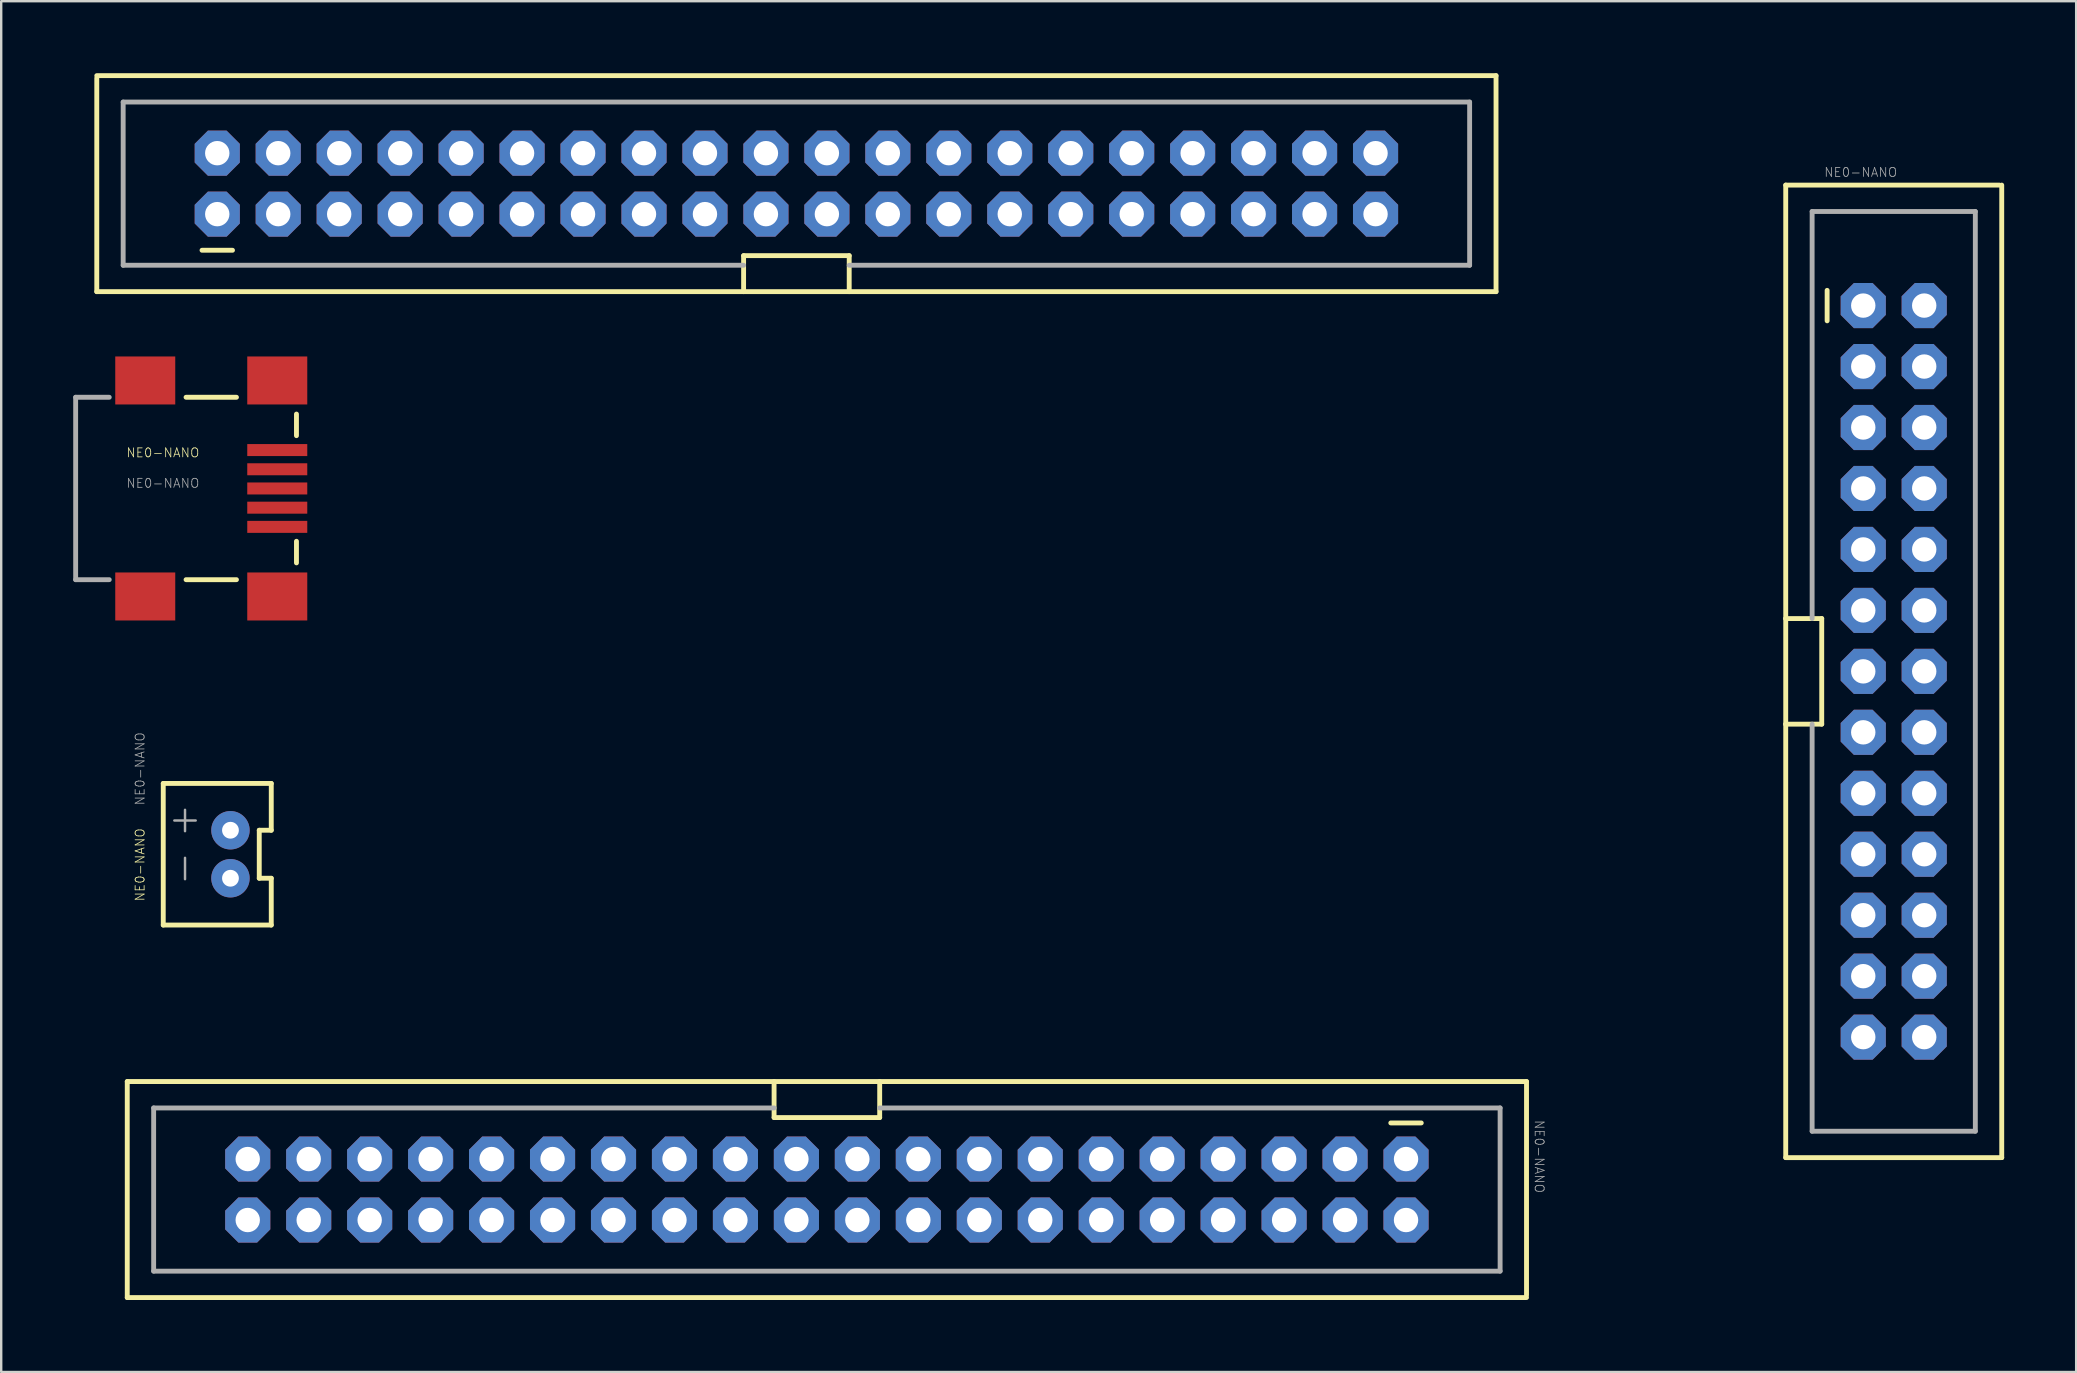
<source format=kicad_pcb>
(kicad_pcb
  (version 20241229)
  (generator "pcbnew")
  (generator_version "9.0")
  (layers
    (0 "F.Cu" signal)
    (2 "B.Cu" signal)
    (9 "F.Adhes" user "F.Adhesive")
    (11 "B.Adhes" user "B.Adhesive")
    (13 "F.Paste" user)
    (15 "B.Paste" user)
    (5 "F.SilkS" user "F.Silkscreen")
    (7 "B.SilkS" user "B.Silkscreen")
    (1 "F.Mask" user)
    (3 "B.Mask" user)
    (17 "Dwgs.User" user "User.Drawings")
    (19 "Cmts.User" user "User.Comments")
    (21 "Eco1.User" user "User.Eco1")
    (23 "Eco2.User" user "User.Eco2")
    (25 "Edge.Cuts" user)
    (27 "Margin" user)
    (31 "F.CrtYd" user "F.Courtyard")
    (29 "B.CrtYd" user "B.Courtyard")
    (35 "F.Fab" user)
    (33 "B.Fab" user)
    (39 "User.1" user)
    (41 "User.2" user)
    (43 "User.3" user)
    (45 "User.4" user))
  (footprint "NE0-NANO"
    (layer "F.Cu")
    (at 23.782 22.382)
    (property "Reference" "NE0-NANO" (at -20.78 12.144 90) (unlocked yes) (layer "F.SilkS") (effects (font (size 0.374 0.374) (thickness 0.033)) (justify left bottom)))
    (property "Value" "NE0-NANO" (at -23.114 -14.859 90) (unlocked yes) (layer "F.Fab") (hide yes) (effects (font (size 0.374 0.374) (thickness 0.033)) (justify left bottom)))
    (fp_line (start -22.8 -22.28) (end 35.5 -22.28) (stroke (width 0.203) (type solid)) (layer "F.SilkS"))
    (fp_line (start -22.8 -13.28) (end -22.8 -22.18) (stroke (width 0.203) (type solid)) (layer "F.SilkS"))
    (fp_line (start -21.53 19.63) (end 36.77 19.63) (stroke (width 0.203) (type solid)) (layer "F.SilkS"))
    (fp_line (start -21.53 28.63) (end -21.53 19.63) (stroke (width 0.203) (type solid)) (layer "F.SilkS"))
    (fp_line (start -20.03 7.21) (end -15.53 7.21) (stroke (width 0.203) (type solid)) (layer "F.SilkS"))
    (fp_line (start -20.03 13.11) (end -20.03 7.21) (stroke (width 0.203) (type solid)) (layer "F.SilkS"))
    (fp_line (start -19.08 -8.88) (end -16.98 -8.88) (stroke (width 0.203) (type solid)) (layer "F.SilkS"))
    (fp_line (start -18.415 -15.005) (end -17.145 -15.005) (stroke (width 0.203) (type solid)) (layer "F.SilkS"))
    (fp_line (start -16.98 -1.28) (end -19.08 -1.28) (stroke (width 0.203) (type solid)) (layer "F.SilkS"))
    (fp_line (start -16.03 9.16) (end -15.53 9.16) (stroke (width 0.203) (type solid)) (layer "F.SilkS"))
    (fp_line (start -16.03 11.16) (end -16.03 9.16) (stroke (width 0.203) (type solid)) (layer "F.SilkS"))
    (fp_line (start -16.03 11.16) (end -15.53 11.16) (stroke (width 0.203) (type solid)) (layer "F.SilkS"))
    (fp_line (start -15.53 7.21) (end -15.53 9.16) (stroke (width 0.203) (type solid)) (layer "F.SilkS"))
    (fp_line (start -15.53 11.16) (end -15.53 13.11) (stroke (width 0.203) (type solid)) (layer "F.SilkS"))
    (fp_line (start -15.53 13.11) (end -20.03 13.11) (stroke (width 0.203) (type solid)) (layer "F.SilkS"))
    (fp_line (start -14.48 -8.18) (end -14.48 -7.28) (stroke (width 0.203) (type solid)) (layer "F.SilkS"))
    (fp_line (start -14.48 -2.88) (end -14.48 -1.98) (stroke (width 0.203) (type solid)) (layer "F.SilkS"))
    (fp_line (start 4.15 -14.78) (end 8.55 -14.78) (stroke (width 0.203) (type solid)) (layer "F.SilkS"))
    (fp_line (start 4.15 -13.28) (end 4.15 -14.78) (stroke (width 0.203) (type solid)) (layer "F.SilkS"))
    (fp_line (start 5.42 21.13) (end 5.42 19.63) (stroke (width 0.203) (type solid)) (layer "F.SilkS"))
    (fp_line (start 8.55 -14.78) (end 8.55 -13.28) (stroke (width 0.203) (type solid)) (layer "F.SilkS"))
    (fp_line (start 9.82 19.63) (end 9.82 21.13) (stroke (width 0.203) (type solid)) (layer "F.SilkS"))
    (fp_line (start 9.82 21.13) (end 5.42 21.13) (stroke (width 0.203) (type solid)) (layer "F.SilkS"))
    (fp_line (start 32.385 21.355) (end 31.115 21.355) (stroke (width 0.203) (type solid)) (layer "F.SilkS"))
    (fp_line (start 35.5 -22.28) (end 35.5 -13.28) (stroke (width 0.203) (type solid)) (layer "F.SilkS"))
    (fp_line (start 35.5 -13.28) (end -22.8 -13.28) (stroke (width 0.203) (type solid)) (layer "F.SilkS"))
    (fp_line (start 36.77 19.63) (end 36.77 28.53) (stroke (width 0.203) (type solid)) (layer "F.SilkS"))
    (fp_line (start 36.77 28.63) (end -21.53 28.63) (stroke (width 0.203) (type solid)) (layer "F.SilkS"))
    (fp_line (start 47.57 -17.72) (end 56.47 -17.72) (stroke (width 0.203) (type solid)) (layer "F.SilkS"))
    (fp_line (start 47.57 0.34) (end 47.57 -17.72) (stroke (width 0.203) (type solid)) (layer "F.SilkS"))
    (fp_line (start 47.57 0.34) (end 49.07 0.34) (stroke (width 0.203) (type solid)) (layer "F.SilkS"))
    (fp_line (start 47.57 4.74) (end 47.57 0.34) (stroke (width 0.203) (type solid)) (layer "F.SilkS"))
    (fp_line (start 47.57 22.8) (end 47.57 4.74) (stroke (width 0.203) (type solid)) (layer "F.SilkS"))
    (fp_line (start 49.07 0.34) (end 49.07 4.74) (stroke (width 0.203) (type solid)) (layer "F.SilkS"))
    (fp_line (start 49.07 4.74) (end 47.57 4.74) (stroke (width 0.203) (type solid)) (layer "F.SilkS"))
    (fp_line (start 49.295 -13.335) (end 49.295 -12.065) (stroke (width 0.203) (type solid)) (layer "F.SilkS"))
    (fp_line (start 56.57 -17.72) (end 56.57 22.8) (stroke (width 0.203) (type solid)) (layer "F.SilkS"))
    (fp_line (start 56.57 22.8) (end 47.57 22.8) (stroke (width 0.203) (type solid)) (layer "F.SilkS"))
    (fp_line (start -23.68 -8.88) (end -23.68 -1.28) (stroke (width 0.203) (type solid)) (layer "F.Fab"))
    (fp_line (start -23.68 -8.88) (end -22.28 -8.88) (stroke (width 0.203) (type solid)) (layer "F.Fab"))
    (fp_line (start -23.68 -1.28) (end -22.28 -1.28) (stroke (width 0.203) (type solid)) (layer "F.Fab"))
    (fp_line (start -21.7 -21.18) (end 34.4 -21.18) (stroke (width 0.203) (type solid)) (layer "F.Fab"))
    (fp_line (start -21.7 -14.38) (end -21.7 -21.18) (stroke (width 0.203) (type solid)) (layer "F.Fab"))
    (fp_line (start -21.7 -14.38) (end 4.15 -14.38) (stroke (width 0.203) (type solid)) (layer "F.Fab"))
    (fp_line (start -20.43 20.73) (end -20.43 27.53) (stroke (width 0.203) (type solid)) (layer "F.Fab"))
    (fp_line (start -20.43 20.73) (end 5.42 20.73) (stroke (width 0.203) (type solid)) (layer "F.Fab"))
    (fp_line (start 34.4 -14.38) (end 8.55 -14.38) (stroke (width 0.203) (type solid)) (layer "F.Fab"))
    (fp_line (start 34.4 -14.38) (end 34.4 -21.18) (stroke (width 0.203) (type solid)) (layer "F.Fab"))
    (fp_line (start 35.67 20.73) (end 9.82 20.73) (stroke (width 0.203) (type solid)) (layer "F.Fab"))
    (fp_line (start 35.67 20.73) (end 35.67 27.53) (stroke (width 0.203) (type solid)) (layer "F.Fab"))
    (fp_line (start 35.67 27.53) (end -20.43 27.53) (stroke (width 0.203) (type solid)) (layer "F.Fab"))
    (fp_line (start 48.67 -16.62) (end 48.67 0.34) (stroke (width 0.203) (type solid)) (layer "F.Fab"))
    (fp_line (start 48.67 -16.62) (end 55.47 -16.62) (stroke (width 0.203) (type solid)) (layer "F.Fab"))
    (fp_line (start 48.67 21.7) (end 48.67 4.74) (stroke (width 0.203) (type solid)) (layer "F.Fab"))
    (fp_line (start 48.67 21.7) (end 55.47 21.7) (stroke (width 0.203) (type solid)) (layer "F.Fab"))
    (fp_line (start 55.47 -16.62) (end 55.47 21.7) (stroke (width 0.203) (type solid)) (layer "F.Fab"))
    (fp_poly (pts (xy -17.526 -18.796) (xy -17.526 -19.304) (xy -18.034 -19.304) (xy -18.034 -18.796)) (stroke (width 0.1) (type default)) (fill no) (layer "F.Fab"))
    (fp_poly (pts (xy -17.526 -16.256) (xy -17.526 -16.764) (xy -18.034 -16.764) (xy -18.034 -16.256)) (stroke (width 0.1) (type default)) (fill no) (layer "F.Fab"))
    (fp_poly (pts (xy -16.764 22.606) (xy -16.764 23.114) (xy -16.256 23.114) (xy -16.256 22.606)) (stroke (width 0.1) (type default)) (fill no) (layer "F.Fab"))
    (fp_poly (pts (xy -16.764 25.146) (xy -16.764 25.654) (xy -16.256 25.654) (xy -16.256 25.146)) (stroke (width 0.1) (type default)) (fill no) (layer "F.Fab"))
    (fp_poly (pts (xy -14.986 -18.796) (xy -14.986 -19.304) (xy -15.494 -19.304) (xy -15.494 -18.796)) (stroke (width 0.1) (type default)) (fill no) (layer "F.Fab"))
    (fp_poly (pts (xy -14.986 -16.256) (xy -14.986 -16.764) (xy -15.494 -16.764) (xy -15.494 -16.256)) (stroke (width 0.1) (type default)) (fill no) (layer "F.Fab"))
    (fp_poly (pts (xy -14.224 22.606) (xy -14.224 23.114) (xy -13.716 23.114) (xy -13.716 22.606)) (stroke (width 0.1) (type default)) (fill no) (layer "F.Fab"))
    (fp_poly (pts (xy -14.224 25.146) (xy -14.224 25.654) (xy -13.716 25.654) (xy -13.716 25.146)) (stroke (width 0.1) (type default)) (fill no) (layer "F.Fab"))
    (fp_poly (pts (xy -12.446 -18.796) (xy -12.446 -19.304) (xy -12.954 -19.304) (xy -12.954 -18.796)) (stroke (width 0.1) (type default)) (fill no) (layer "F.Fab"))
    (fp_poly (pts (xy -12.446 -16.256) (xy -12.446 -16.764) (xy -12.954 -16.764) (xy -12.954 -16.256)) (stroke (width 0.1) (type default)) (fill no) (layer "F.Fab"))
    (fp_poly (pts (xy -11.684 22.606) (xy -11.684 23.114) (xy -11.176 23.114) (xy -11.176 22.606)) (stroke (width 0.1) (type default)) (fill no) (layer "F.Fab"))
    (fp_poly (pts (xy -11.684 25.146) (xy -11.684 25.654) (xy -11.176 25.654) (xy -11.176 25.146)) (stroke (width 0.1) (type default)) (fill no) (layer "F.Fab"))
    (fp_poly (pts (xy -9.906 -18.796) (xy -9.906 -19.304) (xy -10.414 -19.304) (xy -10.414 -18.796)) (stroke (width 0.1) (type default)) (fill no) (layer "F.Fab"))
    (fp_poly (pts (xy -9.906 -18.796) (xy -9.906 -19.304) (xy -10.414 -19.304) (xy -10.414 -18.796)) (stroke (width 0.1) (type default)) (fill no) (layer "F.Fab"))
    (fp_poly (pts (xy -9.906 -16.256) (xy -9.906 -16.764) (xy -10.414 -16.764) (xy -10.414 -16.256)) (stroke (width 0.1) (type default)) (fill no) (layer "F.Fab"))
    (fp_poly (pts (xy -9.906 -16.256) (xy -9.906 -16.764) (xy -10.414 -16.764) (xy -10.414 -16.256)) (stroke (width 0.1) (type default)) (fill no) (layer "F.Fab"))
    (fp_poly (pts (xy -9.144 22.606) (xy -9.144 23.114) (xy -8.636 23.114) (xy -8.636 22.606)) (stroke (width 0.1) (type default)) (fill no) (layer "F.Fab"))
    (fp_poly (pts (xy -9.144 25.146) (xy -9.144 25.654) (xy -8.636 25.654) (xy -8.636 25.146)) (stroke (width 0.1) (type default)) (fill no) (layer "F.Fab"))
    (fp_poly (pts (xy -7.366 -18.796) (xy -7.366 -19.304) (xy -7.874 -19.304) (xy -7.874 -18.796)) (stroke (width 0.1) (type default)) (fill no) (layer "F.Fab"))
    (fp_poly (pts (xy -7.366 -16.256) (xy -7.366 -16.764) (xy -7.874 -16.764) (xy -7.874 -16.256)) (stroke (width 0.1) (type default)) (fill no) (layer "F.Fab"))
    (fp_poly (pts (xy -6.604 22.606) (xy -6.604 23.114) (xy -6.096 23.114) (xy -6.096 22.606)) (stroke (width 0.1) (type default)) (fill no) (layer "F.Fab"))
    (fp_poly (pts (xy -6.604 25.146) (xy -6.604 25.654) (xy -6.096 25.654) (xy -6.096 25.146)) (stroke (width 0.1) (type default)) (fill no) (layer "F.Fab"))
    (fp_poly (pts (xy -4.826 -18.796) (xy -4.826 -19.304) (xy -5.334 -19.304) (xy -5.334 -18.796)) (stroke (width 0.1) (type default)) (fill no) (layer "F.Fab"))
    (fp_poly (pts (xy -4.826 -16.256) (xy -4.826 -16.764) (xy -5.334 -16.764) (xy -5.334 -16.256)) (stroke (width 0.1) (type default)) (fill no) (layer "F.Fab"))
    (fp_poly (pts (xy -4.064 22.606) (xy -4.064 23.114) (xy -3.556 23.114) (xy -3.556 22.606)) (stroke (width 0.1) (type default)) (fill no) (layer "F.Fab"))
    (fp_poly (pts (xy -4.064 25.146) (xy -4.064 25.654) (xy -3.556 25.654) (xy -3.556 25.146)) (stroke (width 0.1) (type default)) (fill no) (layer "F.Fab"))
    (fp_poly (pts (xy -2.286 -18.796) (xy -2.286 -19.304) (xy -2.794 -19.304) (xy -2.794 -18.796)) (stroke (width 0.1) (type default)) (fill no) (layer "F.Fab"))
    (fp_poly (pts (xy -2.286 -16.256) (xy -2.286 -16.764) (xy -2.794 -16.764) (xy -2.794 -16.256)) (stroke (width 0.1) (type default)) (fill no) (layer "F.Fab"))
    (fp_poly (pts (xy -1.524 22.606) (xy -1.524 23.114) (xy -1.016 23.114) (xy -1.016 22.606)) (stroke (width 0.1) (type default)) (fill no) (layer "F.Fab"))
    (fp_poly (pts (xy -1.524 25.146) (xy -1.524 25.654) (xy -1.016 25.654) (xy -1.016 25.146)) (stroke (width 0.1) (type default)) (fill no) (layer "F.Fab"))
    (fp_poly (pts (xy 0.254 -18.796) (xy 0.254 -19.304) (xy -0.254 -19.304) (xy -0.254 -18.796)) (stroke (width 0.1) (type default)) (fill no) (layer "F.Fab"))
    (fp_poly (pts (xy 0.254 -16.256) (xy 0.254 -16.764) (xy -0.254 -16.764) (xy -0.254 -16.256)) (stroke (width 0.1) (type default)) (fill no) (layer "F.Fab"))
    (fp_poly (pts (xy 1.016 22.606) (xy 1.016 23.114) (xy 1.524 23.114) (xy 1.524 22.606)) (stroke (width 0.1) (type default)) (fill no) (layer "F.Fab"))
    (fp_poly (pts (xy 1.016 25.146) (xy 1.016 25.654) (xy 1.524 25.654) (xy 1.524 25.146)) (stroke (width 0.1) (type default)) (fill no) (layer "F.Fab"))
    (fp_poly (pts (xy 2.794 -18.796) (xy 2.794 -19.304) (xy 2.286 -19.304) (xy 2.286 -18.796)) (stroke (width 0.1) (type default)) (fill no) (layer "F.Fab"))
    (fp_poly (pts (xy 2.794 -18.796) (xy 2.794 -19.304) (xy 2.286 -19.304) (xy 2.286 -18.796)) (stroke (width 0.1) (type default)) (fill no) (layer "F.Fab"))
    (fp_poly (pts (xy 2.794 -16.256) (xy 2.794 -16.764) (xy 2.286 -16.764) (xy 2.286 -16.256)) (stroke (width 0.1) (type default)) (fill no) (layer "F.Fab"))
    (fp_poly (pts (xy 2.794 -16.256) (xy 2.794 -16.764) (xy 2.286 -16.764) (xy 2.286 -16.256)) (stroke (width 0.1) (type default)) (fill no) (layer "F.Fab"))
    (fp_poly (pts (xy 3.556 22.606) (xy 3.556 23.114) (xy 4.064 23.114) (xy 4.064 22.606)) (stroke (width 0.1) (type default)) (fill no) (layer "F.Fab"))
    (fp_poly (pts (xy 3.556 22.606) (xy 3.556 23.114) (xy 4.064 23.114) (xy 4.064 22.606)) (stroke (width 0.1) (type default)) (fill no) (layer "F.Fab"))
    (fp_poly (pts (xy 3.556 25.146) (xy 3.556 25.654) (xy 4.064 25.654) (xy 4.064 25.146)) (stroke (width 0.1) (type default)) (fill no) (layer "F.Fab"))
    (fp_poly (pts (xy 3.556 25.146) (xy 3.556 25.654) (xy 4.064 25.654) (xy 4.064 25.146)) (stroke (width 0.1) (type default)) (fill no) (layer "F.Fab"))
    (fp_poly (pts (xy 5.334 -18.796) (xy 5.334 -19.304) (xy 4.826 -19.304) (xy 4.826 -18.796)) (stroke (width 0.1) (type default)) (fill no) (layer "F.Fab"))
    (fp_poly (pts (xy 5.334 -16.256) (xy 5.334 -16.764) (xy 4.826 -16.764) (xy 4.826 -16.256)) (stroke (width 0.1) (type default)) (fill no) (layer "F.Fab"))
    (fp_poly (pts (xy 6.096 22.606) (xy 6.096 23.114) (xy 6.604 23.114) (xy 6.604 22.606)) (stroke (width 0.1) (type default)) (fill no) (layer "F.Fab"))
    (fp_poly (pts (xy 6.096 25.146) (xy 6.096 25.654) (xy 6.604 25.654) (xy 6.604 25.146)) (stroke (width 0.1) (type default)) (fill no) (layer "F.Fab"))
    (fp_poly (pts (xy 7.874 -18.796) (xy 7.874 -19.304) (xy 7.366 -19.304) (xy 7.366 -18.796)) (stroke (width 0.1) (type default)) (fill no) (layer "F.Fab"))
    (fp_poly (pts (xy 7.874 -16.256) (xy 7.874 -16.764) (xy 7.366 -16.764) (xy 7.366 -16.256)) (stroke (width 0.1) (type default)) (fill no) (layer "F.Fab"))
    (fp_poly (pts (xy 8.636 22.606) (xy 8.636 23.114) (xy 9.144 23.114) (xy 9.144 22.606)) (stroke (width 0.1) (type default)) (fill no) (layer "F.Fab"))
    (fp_poly (pts (xy 8.636 25.146) (xy 8.636 25.654) (xy 9.144 25.654) (xy 9.144 25.146)) (stroke (width 0.1) (type default)) (fill no) (layer "F.Fab"))
    (fp_poly (pts (xy 10.414 -18.796) (xy 10.414 -19.304) (xy 9.906 -19.304) (xy 9.906 -18.796)) (stroke (width 0.1) (type default)) (fill no) (layer "F.Fab"))
    (fp_poly (pts (xy 10.414 -18.796) (xy 10.414 -19.304) (xy 9.906 -19.304) (xy 9.906 -18.796)) (stroke (width 0.1) (type default)) (fill no) (layer "F.Fab"))
    (fp_poly (pts (xy 10.414 -16.256) (xy 10.414 -16.764) (xy 9.906 -16.764) (xy 9.906 -16.256)) (stroke (width 0.1) (type default)) (fill no) (layer "F.Fab"))
    (fp_poly (pts (xy 10.414 -16.256) (xy 10.414 -16.764) (xy 9.906 -16.764) (xy 9.906 -16.256)) (stroke (width 0.1) (type default)) (fill no) (layer "F.Fab"))
    (fp_poly (pts (xy 11.176 22.606) (xy 11.176 23.114) (xy 11.684 23.114) (xy 11.684 22.606)) (stroke (width 0.1) (type default)) (fill no) (layer "F.Fab"))
    (fp_poly (pts (xy 11.176 22.606) (xy 11.176 23.114) (xy 11.684 23.114) (xy 11.684 22.606)) (stroke (width 0.1) (type default)) (fill no) (layer "F.Fab"))
    (fp_poly (pts (xy 11.176 25.146) (xy 11.176 25.654) (xy 11.684 25.654) (xy 11.684 25.146)) (stroke (width 0.1) (type default)) (fill no) (layer "F.Fab"))
    (fp_poly (pts (xy 11.176 25.146) (xy 11.176 25.654) (xy 11.684 25.654) (xy 11.684 25.146)) (stroke (width 0.1) (type default)) (fill no) (layer "F.Fab"))
    (fp_poly (pts (xy 12.954 -18.796) (xy 12.954 -19.304) (xy 12.446 -19.304) (xy 12.446 -18.796)) (stroke (width 0.1) (type default)) (fill no) (layer "F.Fab"))
    (fp_poly (pts (xy 12.954 -16.256) (xy 12.954 -16.764) (xy 12.446 -16.764) (xy 12.446 -16.256)) (stroke (width 0.1) (type default)) (fill no) (layer "F.Fab"))
    (fp_poly (pts (xy 13.716 22.606) (xy 13.716 23.114) (xy 14.224 23.114) (xy 14.224 22.606)) (stroke (width 0.1) (type default)) (fill no) (layer "F.Fab"))
    (fp_poly (pts (xy 13.716 25.146) (xy 13.716 25.654) (xy 14.224 25.654) (xy 14.224 25.146)) (stroke (width 0.1) (type default)) (fill no) (layer "F.Fab"))
    (fp_poly (pts (xy 15.494 -18.796) (xy 15.494 -19.304) (xy 14.986 -19.304) (xy 14.986 -18.796)) (stroke (width 0.1) (type default)) (fill no) (layer "F.Fab"))
    (fp_poly (pts (xy 15.494 -16.256) (xy 15.494 -16.764) (xy 14.986 -16.764) (xy 14.986 -16.256)) (stroke (width 0.1) (type default)) (fill no) (layer "F.Fab"))
    (fp_poly (pts (xy 16.256 22.606) (xy 16.256 23.114) (xy 16.764 23.114) (xy 16.764 22.606)) (stroke (width 0.1) (type default)) (fill no) (layer "F.Fab"))
    (fp_poly (pts (xy 16.256 25.146) (xy 16.256 25.654) (xy 16.764 25.654) (xy 16.764 25.146)) (stroke (width 0.1) (type default)) (fill no) (layer "F.Fab"))
    (fp_poly (pts (xy 18.034 -18.796) (xy 18.034 -19.304) (xy 17.526 -19.304) (xy 17.526 -18.796)) (stroke (width 0.1) (type default)) (fill no) (layer "F.Fab"))
    (fp_poly (pts (xy 18.034 -16.256) (xy 18.034 -16.764) (xy 17.526 -16.764) (xy 17.526 -16.256)) (stroke (width 0.1) (type default)) (fill no) (layer "F.Fab"))
    (fp_poly (pts (xy 18.796 22.606) (xy 18.796 23.114) (xy 19.304 23.114) (xy 19.304 22.606)) (stroke (width 0.1) (type default)) (fill no) (layer "F.Fab"))
    (fp_poly (pts (xy 18.796 25.146) (xy 18.796 25.654) (xy 19.304 25.654) (xy 19.304 25.146)) (stroke (width 0.1) (type default)) (fill no) (layer "F.Fab"))
    (fp_poly (pts (xy 20.574 -18.796) (xy 20.574 -19.304) (xy 20.066 -19.304) (xy 20.066 -18.796)) (stroke (width 0.1) (type default)) (fill no) (layer "F.Fab"))
    (fp_poly (pts (xy 20.574 -16.256) (xy 20.574 -16.764) (xy 20.066 -16.764) (xy 20.066 -16.256)) (stroke (width 0.1) (type default)) (fill no) (layer "F.Fab"))
    (fp_poly (pts (xy 21.336 22.606) (xy 21.336 23.114) (xy 21.844 23.114) (xy 21.844 22.606)) (stroke (width 0.1) (type default)) (fill no) (layer "F.Fab"))
    (fp_poly (pts (xy 21.336 25.146) (xy 21.336 25.654) (xy 21.844 25.654) (xy 21.844 25.146)) (stroke (width 0.1) (type default)) (fill no) (layer "F.Fab"))
    (fp_poly (pts (xy 23.114 -18.796) (xy 23.114 -19.304) (xy 22.606 -19.304) (xy 22.606 -18.796)) (stroke (width 0.1) (type default)) (fill no) (layer "F.Fab"))
    (fp_poly (pts (xy 23.114 -16.256) (xy 23.114 -16.764) (xy 22.606 -16.764) (xy 22.606 -16.256)) (stroke (width 0.1) (type default)) (fill no) (layer "F.Fab"))
    (fp_poly (pts (xy 23.876 22.606) (xy 23.876 23.114) (xy 24.384 23.114) (xy 24.384 22.606)) (stroke (width 0.1) (type default)) (fill no) (layer "F.Fab"))
    (fp_poly (pts (xy 23.876 22.606) (xy 23.876 23.114) (xy 24.384 23.114) (xy 24.384 22.606)) (stroke (width 0.1) (type default)) (fill no) (layer "F.Fab"))
    (fp_poly (pts (xy 23.876 25.146) (xy 23.876 25.654) (xy 24.384 25.654) (xy 24.384 25.146)) (stroke (width 0.1) (type default)) (fill no) (layer "F.Fab"))
    (fp_poly (pts (xy 23.876 25.146) (xy 23.876 25.654) (xy 24.384 25.654) (xy 24.384 25.146)) (stroke (width 0.1) (type default)) (fill no) (layer "F.Fab"))
    (fp_poly (pts (xy 25.654 -18.796) (xy 25.654 -19.304) (xy 25.146 -19.304) (xy 25.146 -18.796)) (stroke (width 0.1) (type default)) (fill no) (layer "F.Fab"))
    (fp_poly (pts (xy 25.654 -16.256) (xy 25.654 -16.764) (xy 25.146 -16.764) (xy 25.146 -16.256)) (stroke (width 0.1) (type default)) (fill no) (layer "F.Fab"))
    (fp_poly (pts (xy 26.416 22.606) (xy 26.416 23.114) (xy 26.924 23.114) (xy 26.924 22.606)) (stroke (width 0.1) (type default)) (fill no) (layer "F.Fab"))
    (fp_poly (pts (xy 26.416 25.146) (xy 26.416 25.654) (xy 26.924 25.654) (xy 26.924 25.146)) (stroke (width 0.1) (type default)) (fill no) (layer "F.Fab"))
    (fp_poly (pts (xy 28.194 -18.796) (xy 28.194 -19.304) (xy 27.686 -19.304) (xy 27.686 -18.796)) (stroke (width 0.1) (type default)) (fill no) (layer "F.Fab"))
    (fp_poly (pts (xy 28.194 -16.256) (xy 28.194 -16.764) (xy 27.686 -16.764) (xy 27.686 -16.256)) (stroke (width 0.1) (type default)) (fill no) (layer "F.Fab"))
    (fp_poly (pts (xy 28.956 22.606) (xy 28.956 23.114) (xy 29.464 23.114) (xy 29.464 22.606)) (stroke (width 0.1) (type default)) (fill no) (layer "F.Fab"))
    (fp_poly (pts (xy 28.956 25.146) (xy 28.956 25.654) (xy 29.464 25.654) (xy 29.464 25.146)) (stroke (width 0.1) (type default)) (fill no) (layer "F.Fab"))
    (fp_poly (pts (xy 30.734 -18.796) (xy 30.734 -19.304) (xy 30.226 -19.304) (xy 30.226 -18.796)) (stroke (width 0.1) (type default)) (fill no) (layer "F.Fab"))
    (fp_poly (pts (xy 30.734 -16.256) (xy 30.734 -16.764) (xy 30.226 -16.764) (xy 30.226 -16.256)) (stroke (width 0.1) (type default)) (fill no) (layer "F.Fab"))
    (fp_poly (pts (xy 31.496 22.606) (xy 31.496 23.114) (xy 32.004 23.114) (xy 32.004 22.606)) (stroke (width 0.1) (type default)) (fill no) (layer "F.Fab"))
    (fp_poly (pts (xy 31.496 25.146) (xy 31.496 25.654) (xy 32.004 25.654) (xy 32.004 25.146)) (stroke (width 0.1) (type default)) (fill no) (layer "F.Fab"))
    (fp_poly (pts (xy 50.546 -12.446) (xy 51.054 -12.446) (xy 51.054 -12.954) (xy 50.546 -12.954)) (stroke (width 0.1) (type default)) (fill no) (layer "F.Fab"))
    (fp_poly (pts (xy 50.546 -9.906) (xy 51.054 -9.906) (xy 51.054 -10.414) (xy 50.546 -10.414)) (stroke (width 0.1) (type default)) (fill no) (layer "F.Fab"))
    (fp_poly (pts (xy 50.546 -7.366) (xy 51.054 -7.366) (xy 51.054 -7.874) (xy 50.546 -7.874)) (stroke (width 0.1) (type default)) (fill no) (layer "F.Fab"))
    (fp_poly (pts (xy 50.546 -4.826) (xy 51.054 -4.826) (xy 51.054 -5.334) (xy 50.546 -5.334)) (stroke (width 0.1) (type default)) (fill no) (layer "F.Fab"))
    (fp_poly (pts (xy 50.546 -4.826) (xy 51.054 -4.826) (xy 51.054 -5.334) (xy 50.546 -5.334)) (stroke (width 0.1) (type default)) (fill no) (layer "F.Fab"))
    (fp_poly (pts (xy 50.546 -2.286) (xy 51.054 -2.286) (xy 51.054 -2.794) (xy 50.546 -2.794)) (stroke (width 0.1) (type default)) (fill no) (layer "F.Fab"))
    (fp_poly (pts (xy 50.546 0.254) (xy 51.054 0.254) (xy 51.054 -0.254) (xy 50.546 -0.254)) (stroke (width 0.1) (type default)) (fill no) (layer "F.Fab"))
    (fp_poly (pts (xy 50.546 2.794) (xy 51.054 2.794) (xy 51.054 2.286) (xy 50.546 2.286)) (stroke (width 0.1) (type default)) (fill no) (layer "F.Fab"))
    (fp_poly (pts (xy 50.546 5.334) (xy 51.054 5.334) (xy 51.054 4.826) (xy 50.546 4.826)) (stroke (width 0.1) (type default)) (fill no) (layer "F.Fab"))
    (fp_poly (pts (xy 50.546 7.874) (xy 51.054 7.874) (xy 51.054 7.366) (xy 50.546 7.366)) (stroke (width 0.1) (type default)) (fill no) (layer "F.Fab"))
    (fp_poly (pts (xy 50.546 7.874) (xy 51.054 7.874) (xy 51.054 7.366) (xy 50.546 7.366)) (stroke (width 0.1) (type default)) (fill no) (layer "F.Fab"))
    (fp_poly (pts (xy 50.546 10.414) (xy 51.054 10.414) (xy 51.054 9.906) (xy 50.546 9.906)) (stroke (width 0.1) (type default)) (fill no) (layer "F.Fab"))
    (fp_poly (pts (xy 50.546 12.954) (xy 51.054 12.954) (xy 51.054 12.446) (xy 50.546 12.446)) (stroke (width 0.1) (type default)) (fill no) (layer "F.Fab"))
    (fp_poly (pts (xy 50.546 15.494) (xy 51.054 15.494) (xy 51.054 14.986) (xy 50.546 14.986)) (stroke (width 0.1) (type default)) (fill no) (layer "F.Fab"))
    (fp_poly (pts (xy 50.546 15.494) (xy 51.054 15.494) (xy 51.054 14.986) (xy 50.546 14.986)) (stroke (width 0.1) (type default)) (fill no) (layer "F.Fab"))
    (fp_poly (pts (xy 50.546 18.034) (xy 51.054 18.034) (xy 51.054 17.526) (xy 50.546 17.526)) (stroke (width 0.1) (type default)) (fill no) (layer "F.Fab"))
    (fp_poly (pts (xy 53.086 -12.446) (xy 53.594 -12.446) (xy 53.594 -12.954) (xy 53.086 -12.954)) (stroke (width 0.1) (type default)) (fill no) (layer "F.Fab"))
    (fp_poly (pts (xy 53.086 -9.906) (xy 53.594 -9.906) (xy 53.594 -10.414) (xy 53.086 -10.414)) (stroke (width 0.1) (type default)) (fill no) (layer "F.Fab"))
    (fp_poly (pts (xy 53.086 -7.366) (xy 53.594 -7.366) (xy 53.594 -7.874) (xy 53.086 -7.874)) (stroke (width 0.1) (type default)) (fill no) (layer "F.Fab"))
    (fp_poly (pts (xy 53.086 -4.826) (xy 53.594 -4.826) (xy 53.594 -5.334) (xy 53.086 -5.334)) (stroke (width 0.1) (type default)) (fill no) (layer "F.Fab"))
    (fp_poly (pts (xy 53.086 -4.826) (xy 53.594 -4.826) (xy 53.594 -5.334) (xy 53.086 -5.334)) (stroke (width 0.1) (type default)) (fill no) (layer "F.Fab"))
    (fp_poly (pts (xy 53.086 -2.286) (xy 53.594 -2.286) (xy 53.594 -2.794) (xy 53.086 -2.794)) (stroke (width 0.1) (type default)) (fill no) (layer "F.Fab"))
    (fp_poly (pts (xy 53.086 0.254) (xy 53.594 0.254) (xy 53.594 -0.254) (xy 53.086 -0.254)) (stroke (width 0.1) (type default)) (fill no) (layer "F.Fab"))
    (fp_poly (pts (xy 53.086 2.794) (xy 53.594 2.794) (xy 53.594 2.286) (xy 53.086 2.286)) (stroke (width 0.1) (type default)) (fill no) (layer "F.Fab"))
    (fp_poly (pts (xy 53.086 5.334) (xy 53.594 5.334) (xy 53.594 4.826) (xy 53.086 4.826)) (stroke (width 0.1) (type default)) (fill no) (layer "F.Fab"))
    (fp_poly (pts (xy 53.086 7.874) (xy 53.594 7.874) (xy 53.594 7.366) (xy 53.086 7.366)) (stroke (width 0.1) (type default)) (fill no) (layer "F.Fab"))
    (fp_poly (pts (xy 53.086 7.874) (xy 53.594 7.874) (xy 53.594 7.366) (xy 53.086 7.366)) (stroke (width 0.1) (type default)) (fill no) (layer "F.Fab"))
    (fp_poly (pts (xy 53.086 10.414) (xy 53.594 10.414) (xy 53.594 9.906) (xy 53.086 9.906)) (stroke (width 0.1) (type default)) (fill no) (layer "F.Fab"))
    (fp_poly (pts (xy 53.086 12.954) (xy 53.594 12.954) (xy 53.594 12.446) (xy 53.086 12.446)) (stroke (width 0.1) (type default)) (fill no) (layer "F.Fab"))
    (fp_poly (pts (xy 53.086 15.494) (xy 53.594 15.494) (xy 53.594 14.986) (xy 53.086 14.986)) (stroke (width 0.1) (type default)) (fill no) (layer "F.Fab"))
    (fp_poly (pts (xy 53.086 15.494) (xy 53.594 15.494) (xy 53.594 14.986) (xy 53.086 14.986)) (stroke (width 0.1) (type default)) (fill no) (layer "F.Fab"))
    (fp_poly (pts (xy 53.086 18.034) (xy 53.594 18.034) (xy 53.594 17.526) (xy 53.086 17.526)) (stroke (width 0.1) (type default)) (fill no) (layer "F.Fab"))
    (fp_text user "${REFERENCE}" (at -21.59 -6.35 0) (unlocked yes) (layer "F.SilkS") (effects (font (size 0.374 0.374) (thickness 0.033)) (justify left bottom)))
    (fp_text user "${VALUE}" (at 49.149 -18.034 0) (unlocked yes) (layer "F.Fab") (effects (font (size 0.374 0.374) (thickness 0.033)) (justify left bottom)))
    (fp_text user "${VALUE}" (at -21.59 -5.08 0) (unlocked yes) (layer "F.Fab") (effects (font (size 0.374 0.374) (thickness 0.033)) (justify left bottom)))
    (fp_text user "+" (at -18.53 9.544 90) (unlocked yes) (layer "F.Fab") (effects (font (size 1.168 1.168) (thickness 0.102)) (justify left bottom)))
    (fp_text user "-" (at -18.53 11.544 90) (unlocked yes) (layer "F.Fab") (effects (font (size 1.168 1.168) (thickness 0.102)) (justify left bottom)))
    (fp_text user "${VALUE}" (at -20.78 8.144 90) (unlocked yes) (layer "F.Fab") (effects (font (size 0.374 0.374) (thickness 0.033)) (justify left bottom)))
    (fp_text user "${VALUE}" (at 37.084 21.209 270) (unlocked yes) (layer "F.Fab") (effects (font (size 0.374 0.374) (thickness 0.033)) (justify left bottom)))
    (pad "JP1_1" thru_hole roundrect (at -17.78 -16.51) (size 1.88 1.88) (drill 1.016) (layers "*.Cu" "*.Mask") (roundrect_rratio 0.25) (chamfer_ratio 0.293) (chamfer top_left top_right bottom_left bottom_right))
    (pad "JP1_2" thru_hole roundrect (at -17.78 -19.05) (size 1.88 1.88) (drill 1.016) (layers "*.Cu" "*.Mask") (roundrect_rratio 0.25) (chamfer_ratio 0.293) (chamfer top_left top_right bottom_left bottom_right))
    (pad "JP1_3" thru_hole roundrect (at -15.24 -16.51) (size 1.88 1.88) (drill 1.016) (layers "*.Cu" "*.Mask") (roundrect_rratio 0.25) (chamfer_ratio 0.293) (chamfer top_left top_right bottom_left bottom_right))
    (pad "JP1_4" thru_hole roundrect (at -15.24 -19.05) (size 1.88 1.88) (drill 1.016) (layers "*.Cu" "*.Mask") (roundrect_rratio 0.25) (chamfer_ratio 0.293) (chamfer top_left top_right bottom_left bottom_right))
    (pad "JP1_5" thru_hole roundrect (at -12.7 -16.51) (size 1.88 1.88) (drill 1.016) (layers "*.Cu" "*.Mask") (roundrect_rratio 0.25) (chamfer_ratio 0.293) (chamfer top_left top_right bottom_left bottom_right))
    (pad "JP1_6" thru_hole roundrect (at -12.7 -19.05) (size 1.88 1.88) (drill 1.016) (layers "*.Cu" "*.Mask") (roundrect_rratio 0.25) (chamfer_ratio 0.293) (chamfer top_left top_right bottom_left bottom_right))
    (pad "JP1_7" thru_hole roundrect (at -10.16 -16.51) (size 1.88 1.88) (drill 1.016) (layers "*.Cu" "*.Mask") (roundrect_rratio 0.25) (chamfer_ratio 0.293) (chamfer top_left top_right bottom_left bottom_right))
    (pad "JP1_8" thru_hole roundrect (at -10.16 -19.05) (size 1.88 1.88) (drill 1.016) (layers "*.Cu" "*.Mask") (roundrect_rratio 0.25) (chamfer_ratio 0.293) (chamfer top_left top_right bottom_left bottom_right))
    (pad "JP1_9" thru_hole roundrect (at -7.62 -16.51) (size 1.88 1.88) (drill 1.016) (layers "*.Cu" "*.Mask") (roundrect_rratio 0.25) (chamfer_ratio 0.293) (chamfer top_left top_right bottom_left bottom_right))
    (pad "JP1_10" thru_hole roundrect (at -7.62 -19.05) (size 1.88 1.88) (drill 1.016) (layers "*.Cu" "*.Mask") (roundrect_rratio 0.25) (chamfer_ratio 0.293) (chamfer top_left top_right bottom_left bottom_right))
    (pad "JP1_11" thru_hole roundrect (at -5.08 -16.51) (size 1.88 1.88) (drill 1.016) (layers "*.Cu" "*.Mask") (roundrect_rratio 0.25) (chamfer_ratio 0.293) (chamfer top_left top_right bottom_left bottom_right))
    (pad "JP1_12" thru_hole roundrect (at -5.08 -19.05) (size 1.88 1.88) (drill 1.016) (layers "*.Cu" "*.Mask") (roundrect_rratio 0.25) (chamfer_ratio 0.293) (chamfer top_left top_right bottom_left bottom_right))
    (pad "JP1_13" thru_hole roundrect (at -2.54 -16.51) (size 1.88 1.88) (drill 1.016) (layers "*.Cu" "*.Mask") (roundrect_rratio 0.25) (chamfer_ratio 0.293) (chamfer top_left top_right bottom_left bottom_right))
    (pad "JP1_14" thru_hole roundrect (at -2.54 -19.05) (size 1.88 1.88) (drill 1.016) (layers "*.Cu" "*.Mask") (roundrect_rratio 0.25) (chamfer_ratio 0.293) (chamfer top_left top_right bottom_left bottom_right))
    (pad "JP1_15" thru_hole roundrect (at 0 -16.51) (size 1.88 1.88) (drill 1.016) (layers "*.Cu" "*.Mask") (roundrect_rratio 0.25) (chamfer_ratio 0.293) (chamfer top_left top_right bottom_left bottom_right))
    (pad "JP1_16" thru_hole roundrect (at 0 -19.05) (size 1.88 1.88) (drill 1.016) (layers "*.Cu" "*.Mask") (roundrect_rratio 0.25) (chamfer_ratio 0.293) (chamfer top_left top_right bottom_left bottom_right))
    (pad "JP1_17" thru_hole roundrect (at 2.54 -16.51) (size 1.88 1.88) (drill 1.016) (layers "*.Cu" "*.Mask") (roundrect_rratio 0.25) (chamfer_ratio 0.293) (chamfer top_left top_right bottom_left bottom_right))
    (pad "JP1_18" thru_hole roundrect (at 2.54 -19.05) (size 1.88 1.88) (drill 1.016) (layers "*.Cu" "*.Mask") (roundrect_rratio 0.25) (chamfer_ratio 0.293) (chamfer top_left top_right bottom_left bottom_right))
    (pad "JP1_19" thru_hole roundrect (at 5.08 -16.51) (size 1.88 1.88) (drill 1.016) (layers "*.Cu" "*.Mask") (roundrect_rratio 0.25) (chamfer_ratio 0.293) (chamfer top_left top_right bottom_left bottom_right))
    (pad "JP1_20" thru_hole roundrect (at 5.08 -19.05) (size 1.88 1.88) (drill 1.016) (layers "*.Cu" "*.Mask") (roundrect_rratio 0.25) (chamfer_ratio 0.293) (chamfer top_left top_right bottom_left bottom_right))
    (pad "JP1_21" thru_hole roundrect (at 7.62 -16.51) (size 1.88 1.88) (drill 1.016) (layers "*.Cu" "*.Mask") (roundrect_rratio 0.25) (chamfer_ratio 0.293) (chamfer top_left top_right bottom_left bottom_right))
    (pad "JP1_22" thru_hole roundrect (at 7.62 -19.05) (size 1.88 1.88) (drill 1.016) (layers "*.Cu" "*.Mask") (roundrect_rratio 0.25) (chamfer_ratio 0.293) (chamfer top_left top_right bottom_left bottom_right))
    (pad "JP1_23" thru_hole roundrect (at 10.16 -16.51) (size 1.88 1.88) (drill 1.016) (layers "*.Cu" "*.Mask") (roundrect_rratio 0.25) (chamfer_ratio 0.293) (chamfer top_left top_right bottom_left bottom_right))
    (pad "JP1_24" thru_hole roundrect (at 10.16 -19.05) (size 1.88 1.88) (drill 1.016) (layers "*.Cu" "*.Mask") (roundrect_rratio 0.25) (chamfer_ratio 0.293) (chamfer top_left top_right bottom_left bottom_right))
    (pad "JP1_25" thru_hole roundrect (at 12.7 -16.51) (size 1.88 1.88) (drill 1.016) (layers "*.Cu" "*.Mask") (roundrect_rratio 0.25) (chamfer_ratio 0.293) (chamfer top_left top_right bottom_left bottom_right))
    (pad "JP1_26" thru_hole roundrect (at 12.7 -19.05) (size 1.88 1.88) (drill 1.016) (layers "*.Cu" "*.Mask") (roundrect_rratio 0.25) (chamfer_ratio 0.293) (chamfer top_left top_right bottom_left bottom_right))
    (pad "JP1_27" thru_hole roundrect (at 15.24 -16.51) (size 1.88 1.88) (drill 1.016) (layers "*.Cu" "*.Mask") (roundrect_rratio 0.25) (chamfer_ratio 0.293) (chamfer top_left top_right bottom_left bottom_right))
    (pad "JP1_28" thru_hole roundrect (at 15.24 -19.05) (size 1.88 1.88) (drill 1.016) (layers "*.Cu" "*.Mask") (roundrect_rratio 0.25) (chamfer_ratio 0.293) (chamfer top_left top_right bottom_left bottom_right))
    (pad "JP1_29" thru_hole roundrect (at 17.78 -16.51) (size 1.88 1.88) (drill 1.016) (layers "*.Cu" "*.Mask") (roundrect_rratio 0.25) (chamfer_ratio 0.293) (chamfer top_left top_right bottom_left bottom_right))
    (pad "JP1_30" thru_hole roundrect (at 17.78 -19.05) (size 1.88 1.88) (drill 1.016) (layers "*.Cu" "*.Mask") (roundrect_rratio 0.25) (chamfer_ratio 0.293) (chamfer top_left top_right bottom_left bottom_right))
    (pad "JP1_31" thru_hole roundrect (at 20.32 -16.51) (size 1.88 1.88) (drill 1.016) (layers "*.Cu" "*.Mask") (roundrect_rratio 0.25) (chamfer_ratio 0.293) (chamfer top_left top_right bottom_left bottom_right))
    (pad "JP1_32" thru_hole roundrect (at 20.32 -19.05) (size 1.88 1.88) (drill 1.016) (layers "*.Cu" "*.Mask") (roundrect_rratio 0.25) (chamfer_ratio 0.293) (chamfer top_left top_right bottom_left bottom_right))
    (pad "JP1_33" thru_hole roundrect (at 22.86 -16.51) (size 1.88 1.88) (drill 1.016) (layers "*.Cu" "*.Mask") (roundrect_rratio 0.25) (chamfer_ratio 0.293) (chamfer top_left top_right bottom_left bottom_right))
    (pad "JP1_34" thru_hole roundrect (at 22.86 -19.05) (size 1.88 1.88) (drill 1.016) (layers "*.Cu" "*.Mask") (roundrect_rratio 0.25) (chamfer_ratio 0.293) (chamfer top_left top_right bottom_left bottom_right))
    (pad "JP1_35" thru_hole roundrect (at 25.4 -16.51) (size 1.88 1.88) (drill 1.016) (layers "*.Cu" "*.Mask") (roundrect_rratio 0.25) (chamfer_ratio 0.293) (chamfer top_left top_right bottom_left bottom_right))
    (pad "JP1_36" thru_hole roundrect (at 25.4 -19.05) (size 1.88 1.88) (drill 1.016) (layers "*.Cu" "*.Mask") (roundrect_rratio 0.25) (chamfer_ratio 0.293) (chamfer top_left top_right bottom_left bottom_right))
    (pad "JP1_37" thru_hole roundrect (at 27.94 -16.51) (size 1.88 1.88) (drill 1.016) (layers "*.Cu" "*.Mask") (roundrect_rratio 0.25) (chamfer_ratio 0.293) (chamfer top_left top_right bottom_left bottom_right))
    (pad "JP1_38" thru_hole roundrect (at 27.94 -19.05) (size 1.88 1.88) (drill 1.016) (layers "*.Cu" "*.Mask") (roundrect_rratio 0.25) (chamfer_ratio 0.293) (chamfer top_left top_right bottom_left bottom_right))
    (pad "JP1_39" thru_hole roundrect (at 30.48 -16.51) (size 1.88 1.88) (drill 1.016) (layers "*.Cu" "*.Mask") (roundrect_rratio 0.25) (chamfer_ratio 0.293) (chamfer top_left top_right bottom_left bottom_right))
    (pad "JP1_40" thru_hole roundrect (at 30.48 -19.05) (size 1.88 1.88) (drill 1.016) (layers "*.Cu" "*.Mask") (roundrect_rratio 0.25) (chamfer_ratio 0.293) (chamfer top_left top_right bottom_left bottom_right))
    (pad "JP2_1" thru_hole roundrect (at 31.75 22.86 180) (size 1.88 1.88) (drill 1.016) (layers "*.Cu" "*.Mask") (roundrect_rratio 0.25) (chamfer_ratio 0.293) (chamfer top_left top_right bottom_left bottom_right))
    (pad "JP2_2" thru_hole roundrect (at 31.75 25.4 180) (size 1.88 1.88) (drill 1.016) (layers "*.Cu" "*.Mask") (roundrect_rratio 0.25) (chamfer_ratio 0.293) (chamfer top_left top_right bottom_left bottom_right))
    (pad "JP2_3" thru_hole roundrect (at 29.21 22.86 180) (size 1.88 1.88) (drill 1.016) (layers "*.Cu" "*.Mask") (roundrect_rratio 0.25) (chamfer_ratio 0.293) (chamfer top_left top_right bottom_left bottom_right))
    (pad "JP2_4" thru_hole roundrect (at 29.21 25.4 180) (size 1.88 1.88) (drill 1.016) (layers "*.Cu" "*.Mask") (roundrect_rratio 0.25) (chamfer_ratio 0.293) (chamfer top_left top_right bottom_left bottom_right))
    (pad "JP2_5" thru_hole roundrect (at 26.67 22.86 180) (size 1.88 1.88) (drill 1.016) (layers "*.Cu" "*.Mask") (roundrect_rratio 0.25) (chamfer_ratio 0.293) (chamfer top_left top_right bottom_left bottom_right))
    (pad "JP2_6" thru_hole roundrect (at 26.67 25.4 180) (size 1.88 1.88) (drill 1.016) (layers "*.Cu" "*.Mask") (roundrect_rratio 0.25) (chamfer_ratio 0.293) (chamfer top_left top_right bottom_left bottom_right))
    (pad "JP2_7" thru_hole roundrect (at 24.13 22.86 180) (size 1.88 1.88) (drill 1.016) (layers "*.Cu" "*.Mask") (roundrect_rratio 0.25) (chamfer_ratio 0.293) (chamfer top_left top_right bottom_left bottom_right))
    (pad "JP2_8" thru_hole roundrect (at 24.13 25.4 180) (size 1.88 1.88) (drill 1.016) (layers "*.Cu" "*.Mask") (roundrect_rratio 0.25) (chamfer_ratio 0.293) (chamfer top_left top_right bottom_left bottom_right))
    (pad "JP2_9" thru_hole roundrect (at 21.59 22.86 180) (size 1.88 1.88) (drill 1.016) (layers "*.Cu" "*.Mask") (roundrect_rratio 0.25) (chamfer_ratio 0.293) (chamfer top_left top_right bottom_left bottom_right))
    (pad "JP2_10" thru_hole roundrect (at 21.59 25.4 180) (size 1.88 1.88) (drill 1.016) (layers "*.Cu" "*.Mask") (roundrect_rratio 0.25) (chamfer_ratio 0.293) (chamfer top_left top_right bottom_left bottom_right))
    (pad "JP2_11" thru_hole roundrect (at 19.05 22.86 180) (size 1.88 1.88) (drill 1.016) (layers "*.Cu" "*.Mask") (roundrect_rratio 0.25) (chamfer_ratio 0.293) (chamfer top_left top_right bottom_left bottom_right))
    (pad "JP2_12" thru_hole roundrect (at 19.05 25.4 180) (size 1.88 1.88) (drill 1.016) (layers "*.Cu" "*.Mask") (roundrect_rratio 0.25) (chamfer_ratio 0.293) (chamfer top_left top_right bottom_left bottom_right))
    (pad "JP2_13" thru_hole roundrect (at 16.51 22.86 180) (size 1.88 1.88) (drill 1.016) (layers "*.Cu" "*.Mask") (roundrect_rratio 0.25) (chamfer_ratio 0.293) (chamfer top_left top_right bottom_left bottom_right))
    (pad "JP2_14" thru_hole roundrect (at 16.51 25.4 180) (size 1.88 1.88) (drill 1.016) (layers "*.Cu" "*.Mask") (roundrect_rratio 0.25) (chamfer_ratio 0.293) (chamfer top_left top_right bottom_left bottom_right))
    (pad "JP2_15" thru_hole roundrect (at 13.97 22.86 180) (size 1.88 1.88) (drill 1.016) (layers "*.Cu" "*.Mask") (roundrect_rratio 0.25) (chamfer_ratio 0.293) (chamfer top_left top_right bottom_left bottom_right))
    (pad "JP2_16" thru_hole roundrect (at 13.97 25.4 180) (size 1.88 1.88) (drill 1.016) (layers "*.Cu" "*.Mask") (roundrect_rratio 0.25) (chamfer_ratio 0.293) (chamfer top_left top_right bottom_left bottom_right))
    (pad "JP2_17" thru_hole roundrect (at 11.43 22.86 180) (size 1.88 1.88) (drill 1.016) (layers "*.Cu" "*.Mask") (roundrect_rratio 0.25) (chamfer_ratio 0.293) (chamfer top_left top_right bottom_left bottom_right))
    (pad "JP2_18" thru_hole roundrect (at 11.43 25.4 180) (size 1.88 1.88) (drill 1.016) (layers "*.Cu" "*.Mask") (roundrect_rratio 0.25) (chamfer_ratio 0.293) (chamfer top_left top_right bottom_left bottom_right))
    (pad "JP2_19" thru_hole roundrect (at 8.89 22.86 180) (size 1.88 1.88) (drill 1.016) (layers "*.Cu" "*.Mask") (roundrect_rratio 0.25) (chamfer_ratio 0.293) (chamfer top_left top_right bottom_left bottom_right))
    (pad "JP2_20" thru_hole roundrect (at 8.89 25.4 180) (size 1.88 1.88) (drill 1.016) (layers "*.Cu" "*.Mask") (roundrect_rratio 0.25) (chamfer_ratio 0.293) (chamfer top_left top_right bottom_left bottom_right))
    (pad "JP2_21" thru_hole roundrect (at 6.35 22.86 180) (size 1.88 1.88) (drill 1.016) (layers "*.Cu" "*.Mask") (roundrect_rratio 0.25) (chamfer_ratio 0.293) (chamfer top_left top_right bottom_left bottom_right))
    (pad "JP2_22" thru_hole roundrect (at 6.35 25.4 180) (size 1.88 1.88) (drill 1.016) (layers "*.Cu" "*.Mask") (roundrect_rratio 0.25) (chamfer_ratio 0.293) (chamfer top_left top_right bottom_left bottom_right))
    (pad "JP2_23" thru_hole roundrect (at 3.81 22.86 180) (size 1.88 1.88) (drill 1.016) (layers "*.Cu" "*.Mask") (roundrect_rratio 0.25) (chamfer_ratio 0.293) (chamfer top_left top_right bottom_left bottom_right))
    (pad "JP2_24" thru_hole roundrect (at 3.81 25.4 180) (size 1.88 1.88) (drill 1.016) (layers "*.Cu" "*.Mask") (roundrect_rratio 0.25) (chamfer_ratio 0.293) (chamfer top_left top_right bottom_left bottom_right))
    (pad "JP2_25" thru_hole roundrect (at 1.27 22.86 180) (size 1.88 1.88) (drill 1.016) (layers "*.Cu" "*.Mask") (roundrect_rratio 0.25) (chamfer_ratio 0.293) (chamfer top_left top_right bottom_left bottom_right))
    (pad "JP2_26" thru_hole roundrect (at 1.27 25.4 180) (size 1.88 1.88) (drill 1.016) (layers "*.Cu" "*.Mask") (roundrect_rratio 0.25) (chamfer_ratio 0.293) (chamfer top_left top_right bottom_left bottom_right))
    (pad "JP2_27" thru_hole roundrect (at -1.27 22.86 180) (size 1.88 1.88) (drill 1.016) (layers "*.Cu" "*.Mask") (roundrect_rratio 0.25) (chamfer_ratio 0.293) (chamfer top_left top_right bottom_left bottom_right))
    (pad "JP2_28" thru_hole roundrect (at -1.27 25.4 180) (size 1.88 1.88) (drill 1.016) (layers "*.Cu" "*.Mask") (roundrect_rratio 0.25) (chamfer_ratio 0.293) (chamfer top_left top_right bottom_left bottom_right))
    (pad "JP2_29" thru_hole roundrect (at -3.81 22.86 180) (size 1.88 1.88) (drill 1.016) (layers "*.Cu" "*.Mask") (roundrect_rratio 0.25) (chamfer_ratio 0.293) (chamfer top_left top_right bottom_left bottom_right))
    (pad "JP2_30" thru_hole roundrect (at -3.81 25.4 180) (size 1.88 1.88) (drill 1.016) (layers "*.Cu" "*.Mask") (roundrect_rratio 0.25) (chamfer_ratio 0.293) (chamfer top_left top_right bottom_left bottom_right))
    (pad "JP2_31" thru_hole roundrect (at -6.35 22.86 180) (size 1.88 1.88) (drill 1.016) (layers "*.Cu" "*.Mask") (roundrect_rratio 0.25) (chamfer_ratio 0.293) (chamfer top_left top_right bottom_left bottom_right))
    (pad "JP2_32" thru_hole roundrect (at -6.35 25.4 180) (size 1.88 1.88) (drill 1.016) (layers "*.Cu" "*.Mask") (roundrect_rratio 0.25) (chamfer_ratio 0.293) (chamfer top_left top_right bottom_left bottom_right))
    (pad "JP2_33" thru_hole roundrect (at -8.89 22.86 180) (size 1.88 1.88) (drill 1.016) (layers "*.Cu" "*.Mask") (roundrect_rratio 0.25) (chamfer_ratio 0.293) (chamfer top_left top_right bottom_left bottom_right))
    (pad "JP2_34" thru_hole roundrect (at -8.89 25.4 180) (size 1.88 1.88) (drill 1.016) (layers "*.Cu" "*.Mask") (roundrect_rratio 0.25) (chamfer_ratio 0.293) (chamfer top_left top_right bottom_left bottom_right))
    (pad "JP2_35" thru_hole roundrect (at -11.43 22.86 180) (size 1.88 1.88) (drill 1.016) (layers "*.Cu" "*.Mask") (roundrect_rratio 0.25) (chamfer_ratio 0.293) (chamfer top_left top_right bottom_left bottom_right))
    (pad "JP2_36" thru_hole roundrect (at -11.43 25.4 180) (size 1.88 1.88) (drill 1.016) (layers "*.Cu" "*.Mask") (roundrect_rratio 0.25) (chamfer_ratio 0.293) (chamfer top_left top_right bottom_left bottom_right))
    (pad "JP2_37" thru_hole roundrect (at -13.97 22.86 180) (size 1.88 1.88) (drill 1.016) (layers "*.Cu" "*.Mask") (roundrect_rratio 0.25) (chamfer_ratio 0.293) (chamfer top_left top_right bottom_left bottom_right))
    (pad "JP2_38" thru_hole roundrect (at -13.97 25.4 180) (size 1.88 1.88) (drill 1.016) (layers "*.Cu" "*.Mask") (roundrect_rratio 0.25) (chamfer_ratio 0.293) (chamfer top_left top_right bottom_left bottom_right))
    (pad "JP2_39" thru_hole roundrect (at -16.51 22.86 180) (size 1.88 1.88) (drill 1.016) (layers "*.Cu" "*.Mask") (roundrect_rratio 0.25) (chamfer_ratio 0.293) (chamfer top_left top_right bottom_left bottom_right))
    (pad "JP2_40" thru_hole roundrect (at -16.51 25.4 180) (size 1.88 1.88) (drill 1.016) (layers "*.Cu" "*.Mask") (roundrect_rratio 0.25) (chamfer_ratio 0.293) (chamfer top_left top_right bottom_left bottom_right))
    (pad "JP3_1" thru_hole roundrect (at 50.8 -12.7 270) (size 1.88 1.88) (drill 1.016) (layers "*.Cu" "*.Mask") (roundrect_rratio 0.25) (chamfer_ratio 0.293) (chamfer top_left top_right bottom_left bottom_right))
    (pad "JP3_2" thru_hole roundrect (at 53.34 -12.7 270) (size 1.88 1.88) (drill 1.016) (layers "*.Cu" "*.Mask") (roundrect_rratio 0.25) (chamfer_ratio 0.293) (chamfer top_left top_right bottom_left bottom_right))
    (pad "JP3_3" thru_hole roundrect (at 50.8 -10.16 270) (size 1.88 1.88) (drill 1.016) (layers "*.Cu" "*.Mask") (roundrect_rratio 0.25) (chamfer_ratio 0.293) (chamfer top_left top_right bottom_left bottom_right))
    (pad "JP3_4" thru_hole roundrect (at 53.34 -10.16 270) (size 1.88 1.88) (drill 1.016) (layers "*.Cu" "*.Mask") (roundrect_rratio 0.25) (chamfer_ratio 0.293) (chamfer top_left top_right bottom_left bottom_right))
    (pad "JP3_5" thru_hole roundrect (at 50.8 -7.62 270) (size 1.88 1.88) (drill 1.016) (layers "*.Cu" "*.Mask") (roundrect_rratio 0.25) (chamfer_ratio 0.293) (chamfer top_left top_right bottom_left bottom_right))
    (pad "JP3_6" thru_hole roundrect (at 53.34 -7.62 270) (size 1.88 1.88) (drill 1.016) (layers "*.Cu" "*.Mask") (roundrect_rratio 0.25) (chamfer_ratio 0.293) (chamfer top_left top_right bottom_left bottom_right))
    (pad "JP3_7" thru_hole roundrect (at 50.8 -5.08 270) (size 1.88 1.88) (drill 1.016) (layers "*.Cu" "*.Mask") (roundrect_rratio 0.25) (chamfer_ratio 0.293) (chamfer top_left top_right bottom_left bottom_right))
    (pad "JP3_8" thru_hole roundrect (at 53.34 -5.08 270) (size 1.88 1.88) (drill 1.016) (layers "*.Cu" "*.Mask") (roundrect_rratio 0.25) (chamfer_ratio 0.293) (chamfer top_left top_right bottom_left bottom_right))
    (pad "JP3_9" thru_hole roundrect (at 50.8 -2.54 270) (size 1.88 1.88) (drill 1.016) (layers "*.Cu" "*.Mask") (roundrect_rratio 0.25) (chamfer_ratio 0.293) (chamfer top_left top_right bottom_left bottom_right))
    (pad "JP3_10" thru_hole roundrect (at 53.34 -2.54 270) (size 1.88 1.88) (drill 1.016) (layers "*.Cu" "*.Mask") (roundrect_rratio 0.25) (chamfer_ratio 0.293) (chamfer top_left top_right bottom_left bottom_right))
    (pad "JP3_11" thru_hole roundrect (at 50.8 0 270) (size 1.88 1.88) (drill 1.016) (layers "*.Cu" "*.Mask") (roundrect_rratio 0.25) (chamfer_ratio 0.293) (chamfer top_left top_right bottom_left bottom_right))
    (pad "JP3_12" thru_hole roundrect (at 53.34 0 270) (size 1.88 1.88) (drill 1.016) (layers "*.Cu" "*.Mask") (roundrect_rratio 0.25) (chamfer_ratio 0.293) (chamfer top_left top_right bottom_left bottom_right))
    (pad "JP3_13" thru_hole roundrect (at 50.8 2.54 270) (size 1.88 1.88) (drill 1.016) (layers "*.Cu" "*.Mask") (roundrect_rratio 0.25) (chamfer_ratio 0.293) (chamfer top_left top_right bottom_left bottom_right))
    (pad "JP3_14" thru_hole roundrect (at 53.34 2.54 270) (size 1.88 1.88) (drill 1.016) (layers "*.Cu" "*.Mask") (roundrect_rratio 0.25) (chamfer_ratio 0.293) (chamfer top_left top_right bottom_left bottom_right))
    (pad "JP3_15" thru_hole roundrect (at 50.8 5.08 270) (size 1.88 1.88) (drill 1.016) (layers "*.Cu" "*.Mask") (roundrect_rratio 0.25) (chamfer_ratio 0.293) (chamfer top_left top_right bottom_left bottom_right))
    (pad "JP3_16" thru_hole roundrect (at 53.34 5.08 270) (size 1.88 1.88) (drill 1.016) (layers "*.Cu" "*.Mask") (roundrect_rratio 0.25) (chamfer_ratio 0.293) (chamfer top_left top_right bottom_left bottom_right))
    (pad "JP3_17" thru_hole roundrect (at 50.8 7.62 270) (size 1.88 1.88) (drill 1.016) (layers "*.Cu" "*.Mask") (roundrect_rratio 0.25) (chamfer_ratio 0.293) (chamfer top_left top_right bottom_left bottom_right))
    (pad "JP3_18" thru_hole roundrect (at 53.34 7.62 270) (size 1.88 1.88) (drill 1.016) (layers "*.Cu" "*.Mask") (roundrect_rratio 0.25) (chamfer_ratio 0.293) (chamfer top_left top_right bottom_left bottom_right))
    (pad "JP3_19" thru_hole roundrect (at 50.8 10.16 270) (size 1.88 1.88) (drill 1.016) (layers "*.Cu" "*.Mask") (roundrect_rratio 0.25) (chamfer_ratio 0.293) (chamfer top_left top_right bottom_left bottom_right))
    (pad "JP3_20" thru_hole roundrect (at 53.34 10.16 270) (size 1.88 1.88) (drill 1.016) (layers "*.Cu" "*.Mask") (roundrect_rratio 0.25) (chamfer_ratio 0.293) (chamfer top_left top_right bottom_left bottom_right))
    (pad "JP3_21" thru_hole roundrect (at 50.8 12.7 270) (size 1.88 1.88) (drill 1.016) (layers "*.Cu" "*.Mask") (roundrect_rratio 0.25) (chamfer_ratio 0.293) (chamfer top_left top_right bottom_left bottom_right))
    (pad "JP3_22" thru_hole roundrect (at 53.34 12.7 270) (size 1.88 1.88) (drill 1.016) (layers "*.Cu" "*.Mask") (roundrect_rratio 0.25) (chamfer_ratio 0.293) (chamfer top_left top_right bottom_left bottom_right))
    (pad "JP3_23" thru_hole roundrect (at 50.8 15.24 270) (size 1.88 1.88) (drill 1.016) (layers "*.Cu" "*.Mask") (roundrect_rratio 0.25) (chamfer_ratio 0.293) (chamfer top_left top_right bottom_left bottom_right))
    (pad "JP3_24" thru_hole roundrect (at 53.34 15.24 270) (size 1.88 1.88) (drill 1.016) (layers "*.Cu" "*.Mask") (roundrect_rratio 0.25) (chamfer_ratio 0.293) (chamfer top_left top_right bottom_left bottom_right))
    (pad "JP3_25" thru_hole roundrect (at 50.8 17.78 270) (size 1.88 1.88) (drill 1.016) (layers "*.Cu" "*.Mask") (roundrect_rratio 0.25) (chamfer_ratio 0.293) (chamfer top_left top_right bottom_left bottom_right))
    (pad "JP3_26" thru_hole roundrect (at 53.34 17.78 270) (size 1.88 1.88) (drill 1.016) (layers "*.Cu" "*.Mask") (roundrect_rratio 0.25) (chamfer_ratio 0.293) (chamfer top_left top_right bottom_left bottom_right))
    (pad "PWR+" thru_hole circle (at -17.23 9.16 90) (size 1.6 1.6) (drill 0.7) (layers "*.Cu" "*.Mask"))
    (pad "PWR-" thru_hole circle (at -17.23 11.16 90) (size 1.6 1.6) (drill 0.7) (layers "*.Cu" "*.Mask"))
    (pad "USB_D+" smd rect (at -15.28 -5.08) (size 2.5 0.5) (layers "F.Cu" "F.Mask" "F.Paste"))
    (pad "USB_D-" smd rect (at -15.28 -5.88) (size 2.5 0.5) (layers "F.Cu" "F.Mask" "F.Paste"))
    (pad "USB_GND" smd rect (at -15.28 -3.48) (size 2.5 0.5) (layers "F.Cu" "F.Mask" "F.Paste"))
    (pad "USB_ID" smd rect (at -15.28 -4.28) (size 2.5 0.5) (layers "F.Cu" "F.Mask" "F.Paste"))
    (pad "USB_MTN@1" smd rect (at -20.78 -9.58) (size 2.5 2) (layers "F.Cu" "F.Mask" "F.Paste"))
    (pad "USB_MTN@2" smd rect (at -15.28 -9.58) (size 2.5 2) (layers "F.Cu" "F.Mask" "F.Paste"))
    (pad "USB_MTN@3" smd rect (at -20.78 -0.58) (size 2.5 2) (layers "F.Cu" "F.Mask" "F.Paste"))
    (pad "USB_MTN@4" smd rect (at -15.28 -0.58) (size 2.5 2) (layers "F.Cu" "F.Mask" "F.Paste"))
    (pad "USB_VBUS" smd rect (at -15.28 -6.68) (size 2.5 0.5) (layers "F.Cu" "F.Mask" "F.Paste")))
  (gr_rect
    (start -3 -3)
    (end 83.453 54.113)
    (stroke (width 0.1) (type default))
    (fill no)
    (layer "Edge.Cuts")))
</source>
